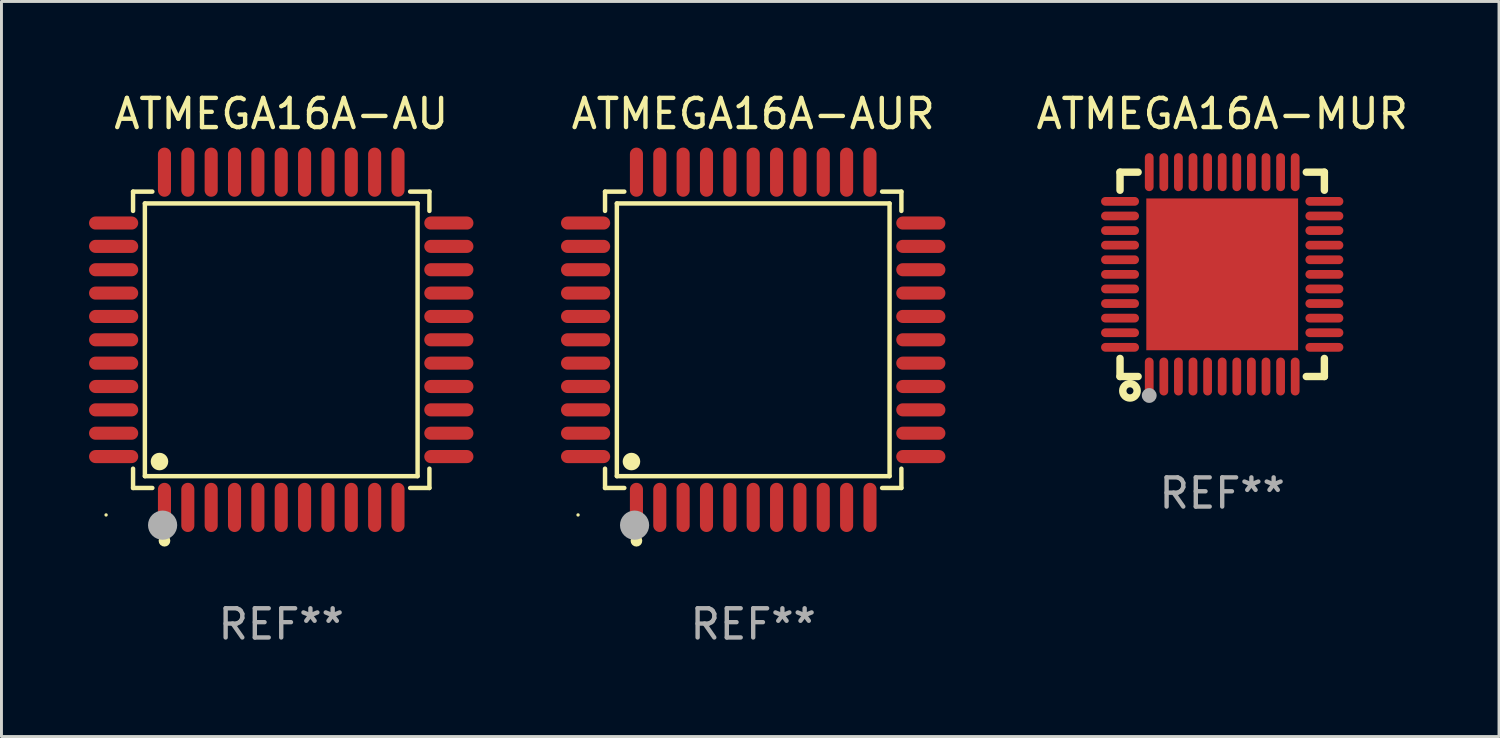
<source format=kicad_pcb>
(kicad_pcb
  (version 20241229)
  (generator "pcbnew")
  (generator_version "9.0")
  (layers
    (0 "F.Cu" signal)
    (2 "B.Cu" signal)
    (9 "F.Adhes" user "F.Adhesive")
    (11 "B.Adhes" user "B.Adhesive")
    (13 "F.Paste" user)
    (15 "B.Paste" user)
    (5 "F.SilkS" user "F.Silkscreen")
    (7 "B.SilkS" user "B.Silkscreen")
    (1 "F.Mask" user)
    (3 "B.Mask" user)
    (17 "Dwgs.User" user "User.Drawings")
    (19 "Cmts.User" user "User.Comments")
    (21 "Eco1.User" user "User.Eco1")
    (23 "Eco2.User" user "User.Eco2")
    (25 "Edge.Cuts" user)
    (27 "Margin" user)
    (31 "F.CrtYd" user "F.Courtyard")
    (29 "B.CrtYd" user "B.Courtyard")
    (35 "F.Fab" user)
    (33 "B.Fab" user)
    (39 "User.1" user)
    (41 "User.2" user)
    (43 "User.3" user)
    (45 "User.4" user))
  (footprint "ATMEGA16A-AUR"
    (layer "F.Cu")
    (at 22.752 8.59)
    (property "Reference" "ATMEGA16A-AUR" (at 0 -7.742 0) (layer "F.SilkS") (effects (font (size 1 1) (thickness 0.15))))
    (attr through_hole)
    (fp_line (start -5.076 -5.076) (end -4.415 -5.076) (stroke (width 0.152) (type solid)) (layer "F.SilkS"))
    (fp_line (start -5.076 -4.415) (end -5.076 -5.076) (stroke (width 0.152) (type solid)) (layer "F.SilkS"))
    (fp_line (start -5.076 4.415) (end -5.076 5.076) (stroke (width 0.152) (type solid)) (layer "F.SilkS"))
    (fp_line (start -5.076 5.076) (end -4.415 5.076) (stroke (width 0.152) (type solid)) (layer "F.SilkS"))
    (fp_line (start -4.671 -4.671) (end 4.671 -4.671) (stroke (width 0.152) (type solid)) (layer "F.SilkS"))
    (fp_line (start -4.671 4.671) (end -4.671 -4.671) (stroke (width 0.152) (type solid)) (layer "F.SilkS"))
    (fp_line (start 4.671 -4.671) (end 4.671 4.671) (stroke (width 0.152) (type solid)) (layer "F.SilkS"))
    (fp_line (start 4.671 4.671) (end -4.671 4.671) (stroke (width 0.152) (type solid)) (layer "F.SilkS"))
    (fp_line (start 5.076 -5.076) (end 4.415 -5.076) (stroke (width 0.152) (type solid)) (layer "F.SilkS"))
    (fp_line (start 5.076 -4.415) (end 5.076 -5.076) (stroke (width 0.152) (type solid)) (layer "F.SilkS"))
    (fp_line (start 5.076 4.415) (end 5.076 5.076) (stroke (width 0.152) (type solid)) (layer "F.SilkS"))
    (fp_line (start 5.076 5.076) (end 4.415 5.076) (stroke (width 0.152) (type solid)) (layer "F.SilkS"))
    (fp_circle (center -6 6) (end -5.97 6) (stroke (width 0.06) (type solid)) (fill no) (layer "F.SilkS"))
    (fp_circle (center -4.171 4.171) (end -4.021 4.171) (stroke (width 0.3) (type solid)) (fill no) (layer "F.SilkS"))
    (fp_circle (center -4 6.884) (end -3.9 6.884) (stroke (width 0.2) (type solid)) (fill no) (layer "F.SilkS"))
    (fp_circle (center -4.064 6.35) (end -3.814 6.35) (stroke (width 0.5) (type solid)) (fill no) (layer "F.Fab"))
    (fp_text user "REF**" (at 0 9.742 0) (layer "F.Fab") (effects (font (size 1 1) (thickness 0.15))))
    (pad "1" smd oval (at -4 5.742) (size 0.448 1.684) (layers "F.Cu" "F.Mask" "F.Paste"))
    (pad "2" smd oval (at -3.2 5.742) (size 0.448 1.684) (layers "F.Cu" "F.Mask" "F.Paste"))
    (pad "3" smd oval (at -2.4 5.742) (size 0.448 1.684) (layers "F.Cu" "F.Mask" "F.Paste"))
    (pad "4" smd oval (at -1.6 5.742) (size 0.448 1.684) (layers "F.Cu" "F.Mask" "F.Paste"))
    (pad "5" smd oval (at -0.8 5.742) (size 0.448 1.684) (layers "F.Cu" "F.Mask" "F.Paste"))
    (pad "6" smd oval (at 0 5.742) (size 0.448 1.684) (layers "F.Cu" "F.Mask" "F.Paste"))
    (pad "7" smd oval (at 0.8 5.742) (size 0.448 1.684) (layers "F.Cu" "F.Mask" "F.Paste"))
    (pad "8" smd oval (at 1.6 5.742) (size 0.448 1.684) (layers "F.Cu" "F.Mask" "F.Paste"))
    (pad "9" smd oval (at 2.4 5.742) (size 0.448 1.684) (layers "F.Cu" "F.Mask" "F.Paste"))
    (pad "10" smd oval (at 3.2 5.742) (size 0.448 1.684) (layers "F.Cu" "F.Mask" "F.Paste"))
    (pad "11" smd oval (at 4 5.742) (size 0.448 1.684) (layers "F.Cu" "F.Mask" "F.Paste"))
    (pad "12" smd oval (at 5.742 4) (size 1.684 0.448) (layers "F.Cu" "F.Mask" "F.Paste"))
    (pad "13" smd oval (at 5.742 3.2) (size 1.684 0.448) (layers "F.Cu" "F.Mask" "F.Paste"))
    (pad "14" smd oval (at 5.742 2.4) (size 1.684 0.448) (layers "F.Cu" "F.Mask" "F.Paste"))
    (pad "15" smd oval (at 5.742 1.6) (size 1.684 0.448) (layers "F.Cu" "F.Mask" "F.Paste"))
    (pad "16" smd oval (at 5.742 0.8) (size 1.684 0.448) (layers "F.Cu" "F.Mask" "F.Paste"))
    (pad "17" smd oval (at 5.742 0) (size 1.684 0.448) (layers "F.Cu" "F.Mask" "F.Paste"))
    (pad "18" smd oval (at 5.742 -0.8) (size 1.684 0.448) (layers "F.Cu" "F.Mask" "F.Paste"))
    (pad "19" smd oval (at 5.742 -1.6) (size 1.684 0.448) (layers "F.Cu" "F.Mask" "F.Paste"))
    (pad "20" smd oval (at 5.742 -2.4) (size 1.684 0.448) (layers "F.Cu" "F.Mask" "F.Paste"))
    (pad "21" smd oval (at 5.742 -3.2) (size 1.684 0.448) (layers "F.Cu" "F.Mask" "F.Paste"))
    (pad "22" smd oval (at 5.742 -4) (size 1.684 0.448) (layers "F.Cu" "F.Mask" "F.Paste"))
    (pad "23" smd oval (at 4 -5.742) (size 0.448 1.684) (layers "F.Cu" "F.Mask" "F.Paste"))
    (pad "24" smd oval (at 3.2 -5.742) (size 0.448 1.684) (layers "F.Cu" "F.Mask" "F.Paste"))
    (pad "25" smd oval (at 2.4 -5.742) (size 0.448 1.684) (layers "F.Cu" "F.Mask" "F.Paste"))
    (pad "26" smd oval (at 1.6 -5.742) (size 0.448 1.684) (layers "F.Cu" "F.Mask" "F.Paste"))
    (pad "27" smd oval (at 0.8 -5.742) (size 0.448 1.684) (layers "F.Cu" "F.Mask" "F.Paste"))
    (pad "28" smd oval (at 0 -5.742) (size 0.448 1.684) (layers "F.Cu" "F.Mask" "F.Paste"))
    (pad "29" smd oval (at -0.8 -5.742) (size 0.448 1.684) (layers "F.Cu" "F.Mask" "F.Paste"))
    (pad "30" smd oval (at -1.6 -5.742) (size 0.448 1.684) (layers "F.Cu" "F.Mask" "F.Paste"))
    (pad "31" smd oval (at -2.4 -5.742) (size 0.448 1.684) (layers "F.Cu" "F.Mask" "F.Paste"))
    (pad "32" smd oval (at -3.2 -5.742) (size 0.448 1.684) (layers "F.Cu" "F.Mask" "F.Paste"))
    (pad "33" smd oval (at -4 -5.742) (size 0.448 1.684) (layers "F.Cu" "F.Mask" "F.Paste"))
    (pad "34" smd oval (at -5.742 -4) (size 1.684 0.448) (layers "F.Cu" "F.Mask" "F.Paste"))
    (pad "35" smd oval (at -5.742 -3.2) (size 1.684 0.448) (layers "F.Cu" "F.Mask" "F.Paste"))
    (pad "36" smd oval (at -5.742 -2.4) (size 1.684 0.448) (layers "F.Cu" "F.Mask" "F.Paste"))
    (pad "37" smd oval (at -5.742 -1.6) (size 1.684 0.448) (layers "F.Cu" "F.Mask" "F.Paste"))
    (pad "38" smd oval (at -5.742 -0.8) (size 1.684 0.448) (layers "F.Cu" "F.Mask" "F.Paste"))
    (pad "39" smd oval (at -5.742 0) (size 1.684 0.448) (layers "F.Cu" "F.Mask" "F.Paste"))
    (pad "40" smd oval (at -5.742 0.8) (size 1.684 0.448) (layers "F.Cu" "F.Mask" "F.Paste"))
    (pad "41" smd oval (at -5.742 1.6) (size 1.684 0.448) (layers "F.Cu" "F.Mask" "F.Paste"))
    (pad "42" smd oval (at -5.742 2.4) (size 1.684 0.448) (layers "F.Cu" "F.Mask" "F.Paste"))
    (pad "43" smd oval (at -5.742 3.2) (size 1.684 0.448) (layers "F.Cu" "F.Mask" "F.Paste"))
    (pad "44" smd oval (at -5.742 4) (size 1.684 0.448) (layers "F.Cu" "F.Mask" "F.Paste")))
  (footprint "ATMEGA16A-MUR"
    (layer "F.Cu")
    (at 38.818 6.348)
    (property "Reference" "ATMEGA16A-MUR" (at 0 -5.5 0) (layer "F.SilkS") (effects (font (size 1 1) (thickness 0.15))))
    (attr through_hole)
    (fp_line (start -3.5 -3.5) (end -2.881 -3.5) (stroke (width 0.254) (type solid)) (layer "F.SilkS"))
    (fp_line (start -3.5 -2.881) (end -3.5 -3.5) (stroke (width 0.254) (type solid)) (layer "F.SilkS"))
    (fp_line (start -3.5 3.5) (end -3.5 2.881) (stroke (width 0.254) (type solid)) (layer "F.SilkS"))
    (fp_line (start -2.881 3.5) (end -3.5 3.5) (stroke (width 0.254) (type solid)) (layer "F.SilkS"))
    (fp_line (start 2.881 -3.5) (end 3.5 -3.5) (stroke (width 0.254) (type solid)) (layer "F.SilkS"))
    (fp_line (start 3.5 -3.5) (end 3.5 -2.881) (stroke (width 0.254) (type solid)) (layer "F.SilkS"))
    (fp_line (start 3.5 2.881) (end 3.5 3.5) (stroke (width 0.254) (type solid)) (layer "F.SilkS"))
    (fp_line (start 3.5 3.5) (end 2.881 3.5) (stroke (width 0.254) (type solid)) (layer "F.SilkS"))
    (fp_circle (center -3.5 3.5) (end -3.47 3.5) (stroke (width 0.06) (type solid)) (fill no) (layer "F.SilkS"))
    (fp_circle (center -3.16 3.99) (end -3.04 3.99) (stroke (width 0.254) (type solid)) (fill no) (layer "F.SilkS"))
    (fp_circle (center -2.5 4.15) (end -2.373 4.15) (stroke (width 0.254) (type solid)) (fill no) (layer "F.Fab"))
    (fp_text user "REF**" (at 0 7.5 0) (layer "F.Fab") (effects (font (size 1 1) (thickness 0.15))))
    (pad "1" smd oval (at -2.5 3.5 90) (size 1.3 0.3) (layers "F.Cu" "F.Mask" "F.Paste"))
    (pad "2" smd oval (at -2 3.5 90) (size 1.3 0.3) (layers "F.Cu" "F.Mask" "F.Paste"))
    (pad "3" smd oval (at -1.5 3.5 90) (size 1.3 0.3) (layers "F.Cu" "F.Mask" "F.Paste"))
    (pad "4" smd oval (at -1 3.5 90) (size 1.3 0.3) (layers "F.Cu" "F.Mask" "F.Paste"))
    (pad "5" smd oval (at -0.5 3.5 90) (size 1.3 0.3) (layers "F.Cu" "F.Mask" "F.Paste"))
    (pad "6" smd oval (at -0.000127 3.5 90) (size 1.3 0.3) (layers "F.Cu" "F.Mask" "F.Paste"))
    (pad "7" smd oval (at 0.5 3.5 90) (size 1.3 0.3) (layers "F.Cu" "F.Mask" "F.Paste"))
    (pad "8" smd oval (at 1 3.5 90) (size 1.3 0.3) (layers "F.Cu" "F.Mask" "F.Paste"))
    (pad "9" smd oval (at 1.5 3.5 90) (size 1.3 0.3) (layers "F.Cu" "F.Mask" "F.Paste"))
    (pad "10" smd oval (at 2 3.5 90) (size 1.3 0.3) (layers "F.Cu" "F.Mask" "F.Paste"))
    (pad "11" smd oval (at 2.5 3.5 90) (size 1.3 0.3) (layers "F.Cu" "F.Mask" "F.Paste"))
    (pad "12" smd oval (at 3.5 2.5 90) (size 0.3 1.3) (layers "F.Cu" "F.Mask" "F.Paste"))
    (pad "13" smd oval (at 3.5 2 90) (size 0.3 1.3) (layers "F.Cu" "F.Mask" "F.Paste"))
    (pad "14" smd oval (at 3.5 1.5 90) (size 0.3 1.3) (layers "F.Cu" "F.Mask" "F.Paste"))
    (pad "15" smd oval (at 3.5 1 90) (size 0.3 1.3) (layers "F.Cu" "F.Mask" "F.Paste"))
    (pad "16" smd oval (at 3.5 0.5 90) (size 0.3 1.3) (layers "F.Cu" "F.Mask" "F.Paste"))
    (pad "17" smd oval (at 3.5 0.000127 90) (size 0.3 1.3) (layers "F.Cu" "F.Mask" "F.Paste"))
    (pad "18" smd oval (at 3.5 -0.5 90) (size 0.3 1.3) (layers "F.Cu" "F.Mask" "F.Paste"))
    (pad "19" smd oval (at 3.5 -1 90) (size 0.3 1.3) (layers "F.Cu" "F.Mask" "F.Paste"))
    (pad "20" smd oval (at 3.5 -1.5 90) (size 0.3 1.3) (layers "F.Cu" "F.Mask" "F.Paste"))
    (pad "21" smd oval (at 3.5 -2 90) (size 0.3 1.3) (layers "F.Cu" "F.Mask" "F.Paste"))
    (pad "22" smd oval (at 3.5 -2.5 90) (size 0.3 1.3) (layers "F.Cu" "F.Mask" "F.Paste"))
    (pad "23" smd oval (at 2.5 -3.5 90) (size 1.3 0.3) (layers "F.Cu" "F.Mask" "F.Paste"))
    (pad "24" smd oval (at 2 -3.5 90) (size 1.3 0.3) (layers "F.Cu" "F.Mask" "F.Paste"))
    (pad "25" smd oval (at 1.5 -3.5 90) (size 1.3 0.3) (layers "F.Cu" "F.Mask" "F.Paste"))
    (pad "26" smd oval (at 1 -3.5 90) (size 1.3 0.3) (layers "F.Cu" "F.Mask" "F.Paste"))
    (pad "27" smd oval (at 0.5 -3.5 90) (size 1.3 0.3) (layers "F.Cu" "F.Mask" "F.Paste"))
    (pad "28" smd oval (at -0.000127 -3.5 90) (size 1.3 0.3) (layers "F.Cu" "F.Mask" "F.Paste"))
    (pad "29" smd oval (at -0.5 -3.5 90) (size 1.3 0.3) (layers "F.Cu" "F.Mask" "F.Paste"))
    (pad "30" smd oval (at -1 -3.5 90) (size 1.3 0.3) (layers "F.Cu" "F.Mask" "F.Paste"))
    (pad "31" smd oval (at -1.5 -3.5 90) (size 1.3 0.3) (layers "F.Cu" "F.Mask" "F.Paste"))
    (pad "32" smd oval (at -2 -3.5 90) (size 1.3 0.3) (layers "F.Cu" "F.Mask" "F.Paste"))
    (pad "33" smd oval (at -2.5 -3.5 90) (size 1.3 0.3) (layers "F.Cu" "F.Mask" "F.Paste"))
    (pad "34" smd oval (at -3.5 -2.5 90) (size 0.3 1.3) (layers "F.Cu" "F.Mask" "F.Paste"))
    (pad "35" smd oval (at -3.5 -2 90) (size 0.3 1.3) (layers "F.Cu" "F.Mask" "F.Paste"))
    (pad "36" smd oval (at -3.5 -1.5 90) (size 0.3 1.3) (layers "F.Cu" "F.Mask" "F.Paste"))
    (pad "37" smd oval (at -3.5 -1 90) (size 0.3 1.3) (layers "F.Cu" "F.Mask" "F.Paste"))
    (pad "38" smd oval (at -3.5 -0.5 90) (size 0.3 1.3) (layers "F.Cu" "F.Mask" "F.Paste"))
    (pad "39" smd oval (at -3.5 0.000127 90) (size 0.3 1.3) (layers "F.Cu" "F.Mask" "F.Paste"))
    (pad "40" smd oval (at -3.5 0.5 90) (size 0.3 1.3) (layers "F.Cu" "F.Mask" "F.Paste"))
    (pad "41" smd oval (at -3.5 1 90) (size 0.3 1.3) (layers "F.Cu" "F.Mask" "F.Paste"))
    (pad "42" smd oval (at -3.5 1.5 90) (size 0.3 1.3) (layers "F.Cu" "F.Mask" "F.Paste"))
    (pad "43" smd oval (at -3.5 2 90) (size 0.3 1.3) (layers "F.Cu" "F.Mask" "F.Paste"))
    (pad "44" smd oval (at -3.5 2.5 90) (size 0.3 1.3) (layers "F.Cu" "F.Mask" "F.Paste"))
    (pad "45" smd rect (at -0.000127 0.000127 90) (size 5.2 5.2) (layers "F.Cu" "F.Mask" "F.Paste")))
  (footprint "ATMEGA16A-AU"
    (layer "F.Cu")
    (at 6.584 8.59)
    (property "Reference" "ATMEGA16A-AU" (at 0 -7.742 0) (layer "F.SilkS") (effects (font (size 1 1) (thickness 0.15))))
    (attr through_hole)
    (fp_line (start -5.076 -5.076) (end -4.415 -5.076) (stroke (width 0.152) (type solid)) (layer "F.SilkS"))
    (fp_line (start -5.076 -4.415) (end -5.076 -5.076) (stroke (width 0.152) (type solid)) (layer "F.SilkS"))
    (fp_line (start -5.076 4.415) (end -5.076 5.076) (stroke (width 0.152) (type solid)) (layer "F.SilkS"))
    (fp_line (start -5.076 5.076) (end -4.415 5.076) (stroke (width 0.152) (type solid)) (layer "F.SilkS"))
    (fp_line (start -4.671 -4.671) (end 4.671 -4.671) (stroke (width 0.152) (type solid)) (layer "F.SilkS"))
    (fp_line (start -4.671 4.671) (end -4.671 -4.671) (stroke (width 0.152) (type solid)) (layer "F.SilkS"))
    (fp_line (start 4.671 -4.671) (end 4.671 4.671) (stroke (width 0.152) (type solid)) (layer "F.SilkS"))
    (fp_line (start 4.671 4.671) (end -4.671 4.671) (stroke (width 0.152) (type solid)) (layer "F.SilkS"))
    (fp_line (start 5.076 -5.076) (end 4.415 -5.076) (stroke (width 0.152) (type solid)) (layer "F.SilkS"))
    (fp_line (start 5.076 -4.415) (end 5.076 -5.076) (stroke (width 0.152) (type solid)) (layer "F.SilkS"))
    (fp_line (start 5.076 4.415) (end 5.076 5.076) (stroke (width 0.152) (type solid)) (layer "F.SilkS"))
    (fp_line (start 5.076 5.076) (end 4.415 5.076) (stroke (width 0.152) (type solid)) (layer "F.SilkS"))
    (fp_circle (center -6 6) (end -5.97 6) (stroke (width 0.06) (type solid)) (fill no) (layer "F.SilkS"))
    (fp_circle (center -4.171 4.171) (end -4.021 4.171) (stroke (width 0.3) (type solid)) (fill no) (layer "F.SilkS"))
    (fp_circle (center -4 6.884) (end -3.9 6.884) (stroke (width 0.2) (type solid)) (fill no) (layer "F.SilkS"))
    (fp_circle (center -4.064 6.35) (end -3.814 6.35) (stroke (width 0.5) (type solid)) (fill no) (layer "F.Fab"))
    (fp_text user "REF**" (at 0 9.742 0) (layer "F.Fab") (effects (font (size 1 1) (thickness 0.15))))
    (pad "1" smd oval (at -4 5.742) (size 0.448 1.684) (layers "F.Cu" "F.Mask" "F.Paste"))
    (pad "2" smd oval (at -3.2 5.742) (size 0.448 1.684) (layers "F.Cu" "F.Mask" "F.Paste"))
    (pad "3" smd oval (at -2.4 5.742) (size 0.448 1.684) (layers "F.Cu" "F.Mask" "F.Paste"))
    (pad "4" smd oval (at -1.6 5.742) (size 0.448 1.684) (layers "F.Cu" "F.Mask" "F.Paste"))
    (pad "5" smd oval (at -0.8 5.742) (size 0.448 1.684) (layers "F.Cu" "F.Mask" "F.Paste"))
    (pad "6" smd oval (at 0 5.742) (size 0.448 1.684) (layers "F.Cu" "F.Mask" "F.Paste"))
    (pad "7" smd oval (at 0.8 5.742) (size 0.448 1.684) (layers "F.Cu" "F.Mask" "F.Paste"))
    (pad "8" smd oval (at 1.6 5.742) (size 0.448 1.684) (layers "F.Cu" "F.Mask" "F.Paste"))
    (pad "9" smd oval (at 2.4 5.742) (size 0.448 1.684) (layers "F.Cu" "F.Mask" "F.Paste"))
    (pad "10" smd oval (at 3.2 5.742) (size 0.448 1.684) (layers "F.Cu" "F.Mask" "F.Paste"))
    (pad "11" smd oval (at 4 5.742) (size 0.448 1.684) (layers "F.Cu" "F.Mask" "F.Paste"))
    (pad "12" smd oval (at 5.742 4) (size 1.684 0.448) (layers "F.Cu" "F.Mask" "F.Paste"))
    (pad "13" smd oval (at 5.742 3.2) (size 1.684 0.448) (layers "F.Cu" "F.Mask" "F.Paste"))
    (pad "14" smd oval (at 5.742 2.4) (size 1.684 0.448) (layers "F.Cu" "F.Mask" "F.Paste"))
    (pad "15" smd oval (at 5.742 1.6) (size 1.684 0.448) (layers "F.Cu" "F.Mask" "F.Paste"))
    (pad "16" smd oval (at 5.742 0.8) (size 1.684 0.448) (layers "F.Cu" "F.Mask" "F.Paste"))
    (pad "17" smd oval (at 5.742 0) (size 1.684 0.448) (layers "F.Cu" "F.Mask" "F.Paste"))
    (pad "18" smd oval (at 5.742 -0.8) (size 1.684 0.448) (layers "F.Cu" "F.Mask" "F.Paste"))
    (pad "19" smd oval (at 5.742 -1.6) (size 1.684 0.448) (layers "F.Cu" "F.Mask" "F.Paste"))
    (pad "20" smd oval (at 5.742 -2.4) (size 1.684 0.448) (layers "F.Cu" "F.Mask" "F.Paste"))
    (pad "21" smd oval (at 5.742 -3.2) (size 1.684 0.448) (layers "F.Cu" "F.Mask" "F.Paste"))
    (pad "22" smd oval (at 5.742 -4) (size 1.684 0.448) (layers "F.Cu" "F.Mask" "F.Paste"))
    (pad "23" smd oval (at 4 -5.742) (size 0.448 1.684) (layers "F.Cu" "F.Mask" "F.Paste"))
    (pad "24" smd oval (at 3.2 -5.742) (size 0.448 1.684) (layers "F.Cu" "F.Mask" "F.Paste"))
    (pad "25" smd oval (at 2.4 -5.742) (size 0.448 1.684) (layers "F.Cu" "F.Mask" "F.Paste"))
    (pad "26" smd oval (at 1.6 -5.742) (size 0.448 1.684) (layers "F.Cu" "F.Mask" "F.Paste"))
    (pad "27" smd oval (at 0.8 -5.742) (size 0.448 1.684) (layers "F.Cu" "F.Mask" "F.Paste"))
    (pad "28" smd oval (at 0 -5.742) (size 0.448 1.684) (layers "F.Cu" "F.Mask" "F.Paste"))
    (pad "29" smd oval (at -0.8 -5.742) (size 0.448 1.684) (layers "F.Cu" "F.Mask" "F.Paste"))
    (pad "30" smd oval (at -1.6 -5.742) (size 0.448 1.684) (layers "F.Cu" "F.Mask" "F.Paste"))
    (pad "31" smd oval (at -2.4 -5.742) (size 0.448 1.684) (layers "F.Cu" "F.Mask" "F.Paste"))
    (pad "32" smd oval (at -3.2 -5.742) (size 0.448 1.684) (layers "F.Cu" "F.Mask" "F.Paste"))
    (pad "33" smd oval (at -4 -5.742) (size 0.448 1.684) (layers "F.Cu" "F.Mask" "F.Paste"))
    (pad "34" smd oval (at -5.742 -4) (size 1.684 0.448) (layers "F.Cu" "F.Mask" "F.Paste"))
    (pad "35" smd oval (at -5.742 -3.2) (size 1.684 0.448) (layers "F.Cu" "F.Mask" "F.Paste"))
    (pad "36" smd oval (at -5.742 -2.4) (size 1.684 0.448) (layers "F.Cu" "F.Mask" "F.Paste"))
    (pad "37" smd oval (at -5.742 -1.6) (size 1.684 0.448) (layers "F.Cu" "F.Mask" "F.Paste"))
    (pad "38" smd oval (at -5.742 -0.8) (size 1.684 0.448) (layers "F.Cu" "F.Mask" "F.Paste"))
    (pad "39" smd oval (at -5.742 0) (size 1.684 0.448) (layers "F.Cu" "F.Mask" "F.Paste"))
    (pad "40" smd oval (at -5.742 0.8) (size 1.684 0.448) (layers "F.Cu" "F.Mask" "F.Paste"))
    (pad "41" smd oval (at -5.742 1.6) (size 1.684 0.448) (layers "F.Cu" "F.Mask" "F.Paste"))
    (pad "42" smd oval (at -5.742 2.4) (size 1.684 0.448) (layers "F.Cu" "F.Mask" "F.Paste"))
    (pad "43" smd oval (at -5.742 3.2) (size 1.684 0.448) (layers "F.Cu" "F.Mask" "F.Paste"))
    (pad "44" smd oval (at -5.742 4) (size 1.684 0.448) (layers "F.Cu" "F.Mask" "F.Paste")))
  (gr_rect
    (start -3 -3)
    (end 48.3 22.18)
    (stroke (width 0.1) (type default))
    (fill no)
    (layer "Edge.Cuts")))
</source>
